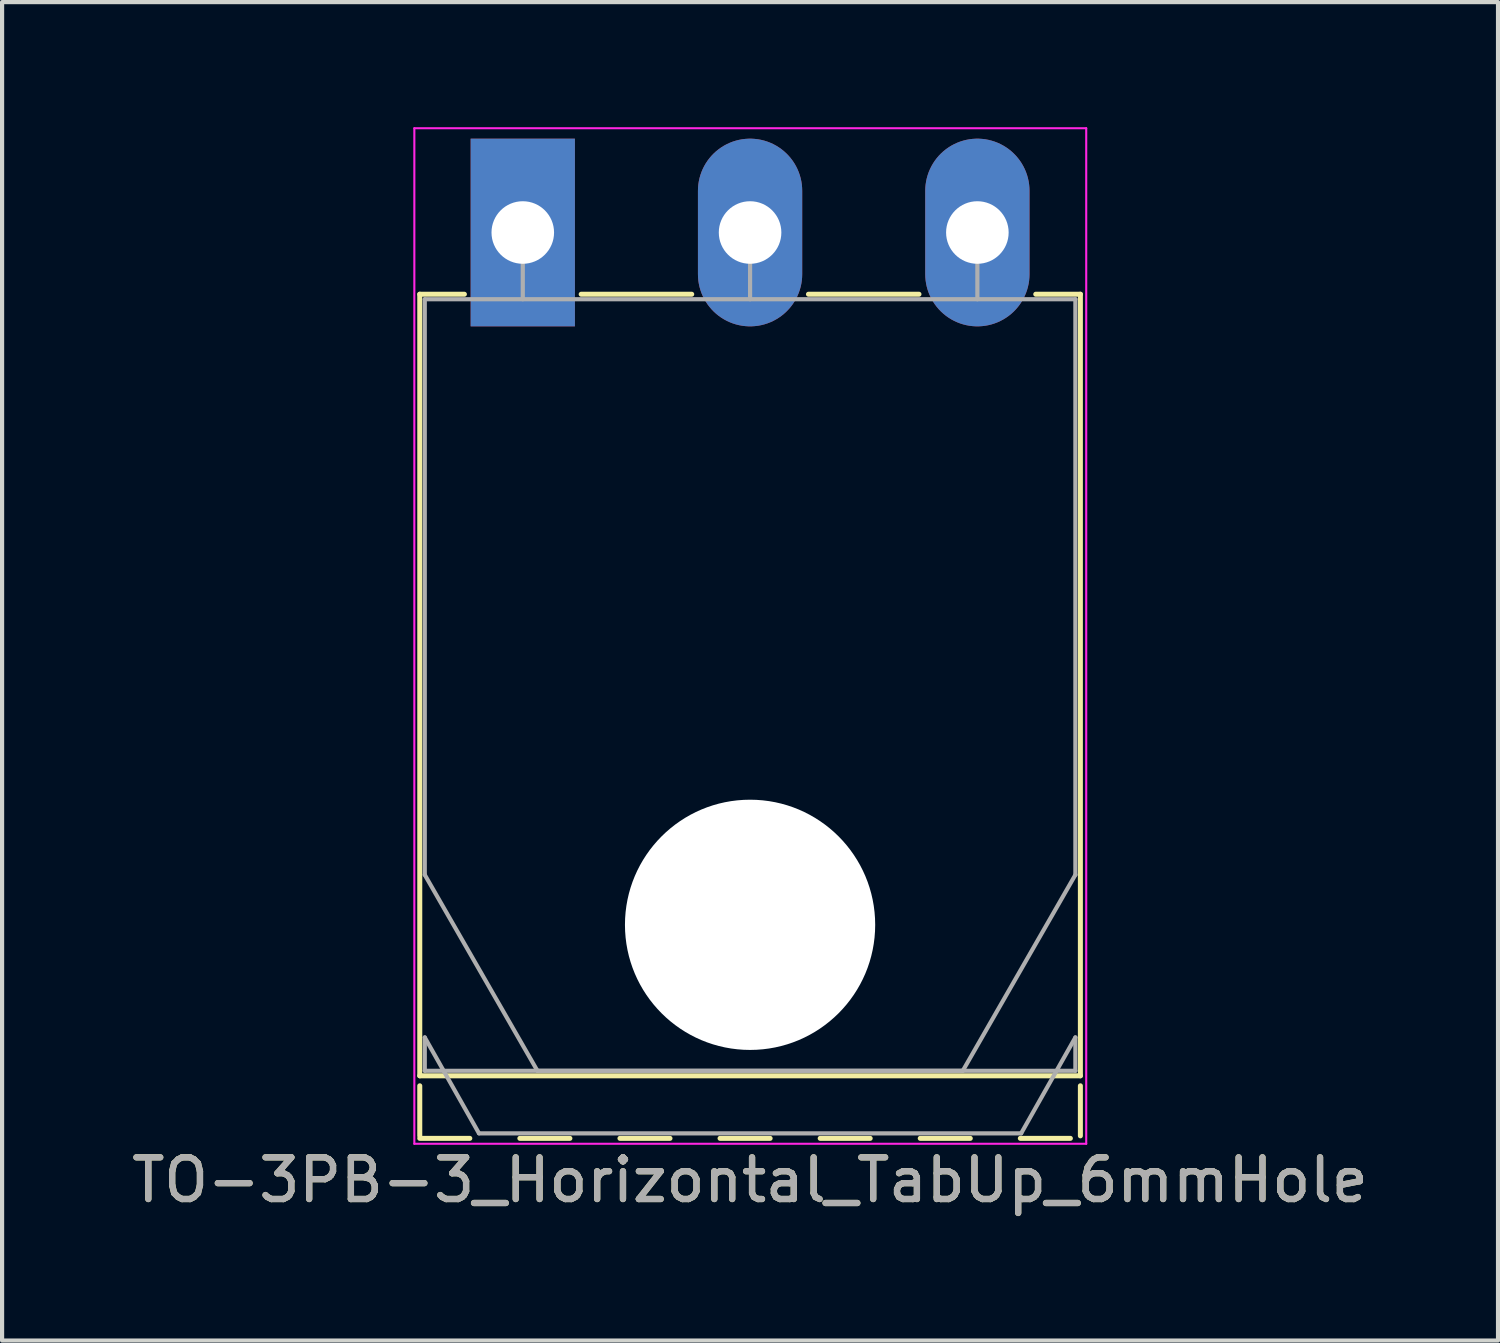
<source format=kicad_pcb>
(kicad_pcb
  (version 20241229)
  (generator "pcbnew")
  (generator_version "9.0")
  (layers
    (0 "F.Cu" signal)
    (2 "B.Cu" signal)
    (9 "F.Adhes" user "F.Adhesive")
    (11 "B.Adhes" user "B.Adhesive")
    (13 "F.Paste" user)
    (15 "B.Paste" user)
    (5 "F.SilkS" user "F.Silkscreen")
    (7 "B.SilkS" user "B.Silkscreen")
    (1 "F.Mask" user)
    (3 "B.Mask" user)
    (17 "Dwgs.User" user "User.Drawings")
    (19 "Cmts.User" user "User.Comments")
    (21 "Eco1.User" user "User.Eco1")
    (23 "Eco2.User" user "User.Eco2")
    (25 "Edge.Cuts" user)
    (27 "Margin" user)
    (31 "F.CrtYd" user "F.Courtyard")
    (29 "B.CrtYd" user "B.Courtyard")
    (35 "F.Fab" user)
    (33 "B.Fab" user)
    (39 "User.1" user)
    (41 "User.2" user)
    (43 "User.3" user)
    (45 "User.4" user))
  (footprint "TO-3PB-3_Horizontal_TabUp_6mmHole"
    (layer "F.Cu")
    (at 9.485 2.525)
    (property "Reference" "TO-3PB-3_Horizontal_TabUp_6mmHole" (at 5.45 22.72 0) (layer "F.SilkS") (effects (font (size 1 1) (thickness 0.15))))
    (attr through_hole)
    (fp_line (start -2.47 1.48) (end -2.47 20.22) (stroke (width 0.12) (type solid)) (layer "F.SilkS"))
    (fp_line (start -2.47 1.48) (end -1.4 1.48) (stroke (width 0.12) (type solid)) (layer "F.SilkS"))
    (fp_line (start -2.47 20.22) (end 13.37 20.22) (stroke (width 0.12) (type solid)) (layer "F.SilkS"))
    (fp_line (start -2.47 20.46) (end -2.47 21.66) (stroke (width 0.12) (type solid)) (layer "F.SilkS"))
    (fp_line (start -2.47 21.72) (end -1.27 21.72) (stroke (width 0.12) (type solid)) (layer "F.SilkS"))
    (fp_line (start -0.07 21.72) (end 1.13 21.72) (stroke (width 0.12) (type solid)) (layer "F.SilkS"))
    (fp_line (start 1.4 1.48) (end 4.051 1.48) (stroke (width 0.12) (type solid)) (layer "F.SilkS"))
    (fp_line (start 2.33 21.72) (end 3.53 21.72) (stroke (width 0.12) (type solid)) (layer "F.SilkS"))
    (fp_line (start 4.73 21.72) (end 5.931 21.72) (stroke (width 0.12) (type solid)) (layer "F.SilkS"))
    (fp_line (start 6.85 1.48) (end 9.5 1.48) (stroke (width 0.12) (type solid)) (layer "F.SilkS"))
    (fp_line (start 7.131 21.72) (end 8.33 21.72) (stroke (width 0.12) (type solid)) (layer "F.SilkS"))
    (fp_line (start 9.53 21.72) (end 10.73 21.72) (stroke (width 0.12) (type solid)) (layer "F.SilkS"))
    (fp_line (start 11.93 21.72) (end 13.13 21.72) (stroke (width 0.12) (type solid)) (layer "F.SilkS"))
    (fp_line (start 12.3 1.48) (end 13.37 1.48) (stroke (width 0.12) (type solid)) (layer "F.SilkS"))
    (fp_line (start 13.37 1.48) (end 13.37 20.22) (stroke (width 0.12) (type solid)) (layer "F.SilkS"))
    (fp_line (start 13.37 20.46) (end 13.37 21.66) (stroke (width 0.12) (type solid)) (layer "F.SilkS"))
    (fp_line (start -2.6 -2.5) (end -2.6 21.85) (stroke (width 0.05) (type solid)) (layer "F.CrtYd"))
    (fp_line (start -2.6 21.85) (end 13.51 21.85) (stroke (width 0.05) (type solid)) (layer "F.CrtYd"))
    (fp_line (start 13.51 -2.5) (end -2.6 -2.5) (stroke (width 0.05) (type solid)) (layer "F.CrtYd"))
    (fp_line (start 13.51 21.85) (end 13.51 -2.5) (stroke (width 0.05) (type solid)) (layer "F.CrtYd"))
    (fp_line (start -2.35 1.6) (end -2.35 15.401) (stroke (width 0.1) (type solid)) (layer "F.Fab"))
    (fp_line (start -2.35 15.401) (end 0.351 20.1) (stroke (width 0.1) (type solid)) (layer "F.Fab"))
    (fp_line (start -2.35 19.3) (end -1.05 21.6) (stroke (width 0.1) (type solid)) (layer "F.Fab"))
    (fp_line (start -2.35 20.1) (end -2.35 19.3) (stroke (width 0.1) (type solid)) (layer "F.Fab"))
    (fp_line (start -1.05 21.6) (end 11.95 21.6) (stroke (width 0.1) (type solid)) (layer "F.Fab"))
    (fp_line (start 0 1.6) (end 0 0) (stroke (width 0.1) (type solid)) (layer "F.Fab"))
    (fp_line (start 0.351 20.1) (end 10.55 20.1) (stroke (width 0.1) (type solid)) (layer "F.Fab"))
    (fp_line (start 5.45 1.6) (end 5.45 0) (stroke (width 0.1) (type solid)) (layer "F.Fab"))
    (fp_line (start 10.55 20.1) (end 13.25 15.401) (stroke (width 0.1) (type solid)) (layer "F.Fab"))
    (fp_line (start 10.9 1.6) (end 10.9 0) (stroke (width 0.1) (type solid)) (layer "F.Fab"))
    (fp_line (start 11.95 21.6) (end 13.25 19.3) (stroke (width 0.1) (type solid)) (layer "F.Fab"))
    (fp_line (start 13.25 1.6) (end -2.35 1.6) (stroke (width 0.1) (type solid)) (layer "F.Fab"))
    (fp_line (start 13.25 15.401) (end 13.25 1.6) (stroke (width 0.1) (type solid)) (layer "F.Fab"))
    (fp_line (start 13.25 19.3) (end 13.25 20.1) (stroke (width 0.1) (type solid)) (layer "F.Fab"))
    (fp_line (start 13.25 20.1) (end -2.35 20.1) (stroke (width 0.1) (type solid)) (layer "F.Fab"))
    (fp_circle (center 5.45 16.6) (end 7.05 16.6) (stroke (width 0.1) (type solid)) (fill no) (layer "F.Fab"))
    (fp_text user "${REFERENCE}" (at 5.45 22.72 0) (layer "F.Fab") (effects (font (size 1 1) (thickness 0.15))))
    (pad "" np_thru_hole circle (at 5.45 16.6) (size 6 6) (drill 6) (layers "*.Cu" "*.Mask"))
    (pad "1" thru_hole rect (at 0 0) (size 2.5 4.5) (drill 1.5) (layers "*.Cu" "*.Mask"))
    (pad "2" thru_hole oval (at 5.45 0) (size 2.5 4.5) (drill 1.5) (layers "*.Cu" "*.Mask"))
    (pad "3" thru_hole oval (at 10.9 0) (size 2.5 4.5) (drill 1.5) (layers "*.Cu" "*.Mask")))
  (gr_rect
    (start -3 -3)
    (end 32.869 29.093)
    (stroke (width 0.1) (type default))
    (fill no)
    (layer "Edge.Cuts")))
</source>
